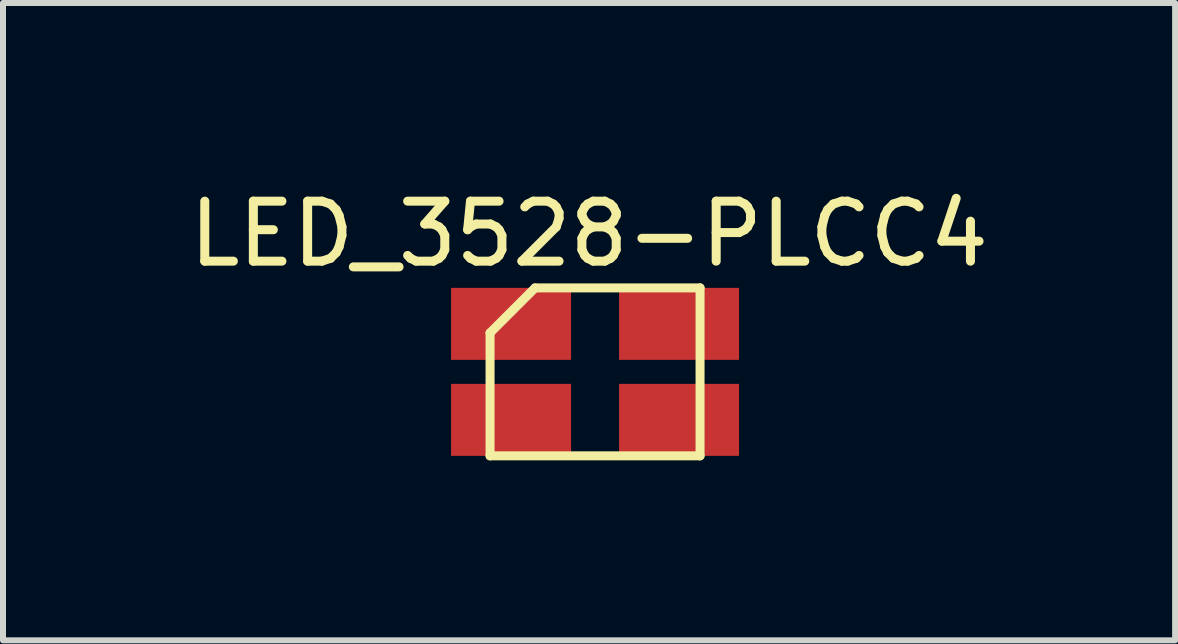
<source format=kicad_pcb>
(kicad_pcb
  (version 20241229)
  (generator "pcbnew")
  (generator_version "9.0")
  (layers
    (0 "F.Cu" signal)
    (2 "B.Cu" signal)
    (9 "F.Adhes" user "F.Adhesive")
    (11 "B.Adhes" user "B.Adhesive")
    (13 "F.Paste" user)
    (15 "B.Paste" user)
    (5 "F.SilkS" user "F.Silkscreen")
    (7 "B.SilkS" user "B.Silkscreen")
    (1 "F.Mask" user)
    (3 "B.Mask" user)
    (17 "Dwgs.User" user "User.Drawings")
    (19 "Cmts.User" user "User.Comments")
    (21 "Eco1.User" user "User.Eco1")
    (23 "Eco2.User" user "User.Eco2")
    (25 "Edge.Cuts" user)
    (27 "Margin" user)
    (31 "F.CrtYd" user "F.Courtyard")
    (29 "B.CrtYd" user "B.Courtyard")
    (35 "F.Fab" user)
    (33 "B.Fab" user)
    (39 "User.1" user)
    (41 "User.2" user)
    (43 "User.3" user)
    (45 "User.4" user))
  (footprint "LED_3528-PLCC4"
    (layer "F.Cu")
    (at 6.868 3.148)
    (property "Reference" "LED_3528-PLCC4" (at -0.1 -2.3 0) (layer "F.SilkS") (effects (font (size 1 1) (thickness 0.15))))
    (attr through_hole)
    (fp_line (start -1.75 -0.65) (end -1 -1.4) (stroke (width 0.15) (type solid)) (layer "F.SilkS"))
    (fp_line (start -1.75 1.4) (end -1.75 -0.65) (stroke (width 0.15) (type solid)) (layer "F.SilkS"))
    (fp_line (start -1 -1.4) (end 1.75 -1.4) (stroke (width 0.15) (type solid)) (layer "F.SilkS"))
    (fp_line (start 1.75 -1.4) (end 1.75 1.4) (stroke (width 0.15) (type solid)) (layer "F.SilkS"))
    (fp_line (start 1.75 1.4) (end -1.75 1.4) (stroke (width 0.15) (type solid)) (layer "F.SilkS"))
    (pad "1" smd rect (at -1.4 -0.8) (size 2 1.2) (layers "F.Cu" "F.Mask" "F.Paste"))
    (pad "2" smd rect (at -1.4 0.8) (size 2 1.2) (layers "F.Cu" "F.Mask" "F.Paste"))
    (pad "3" smd rect (at 1.4 0.8) (size 2 1.2) (layers "F.Cu" "F.Mask" "F.Paste"))
    (pad "4" smd rect (at 1.4 -0.8) (size 2 1.2) (layers "F.Cu" "F.Mask" "F.Paste")))
  (gr_rect
    (start -3 -3)
    (end 16.536 7.623)
    (stroke (width 0.1) (type default))
    (fill no)
    (layer "Edge.Cuts")))
</source>
